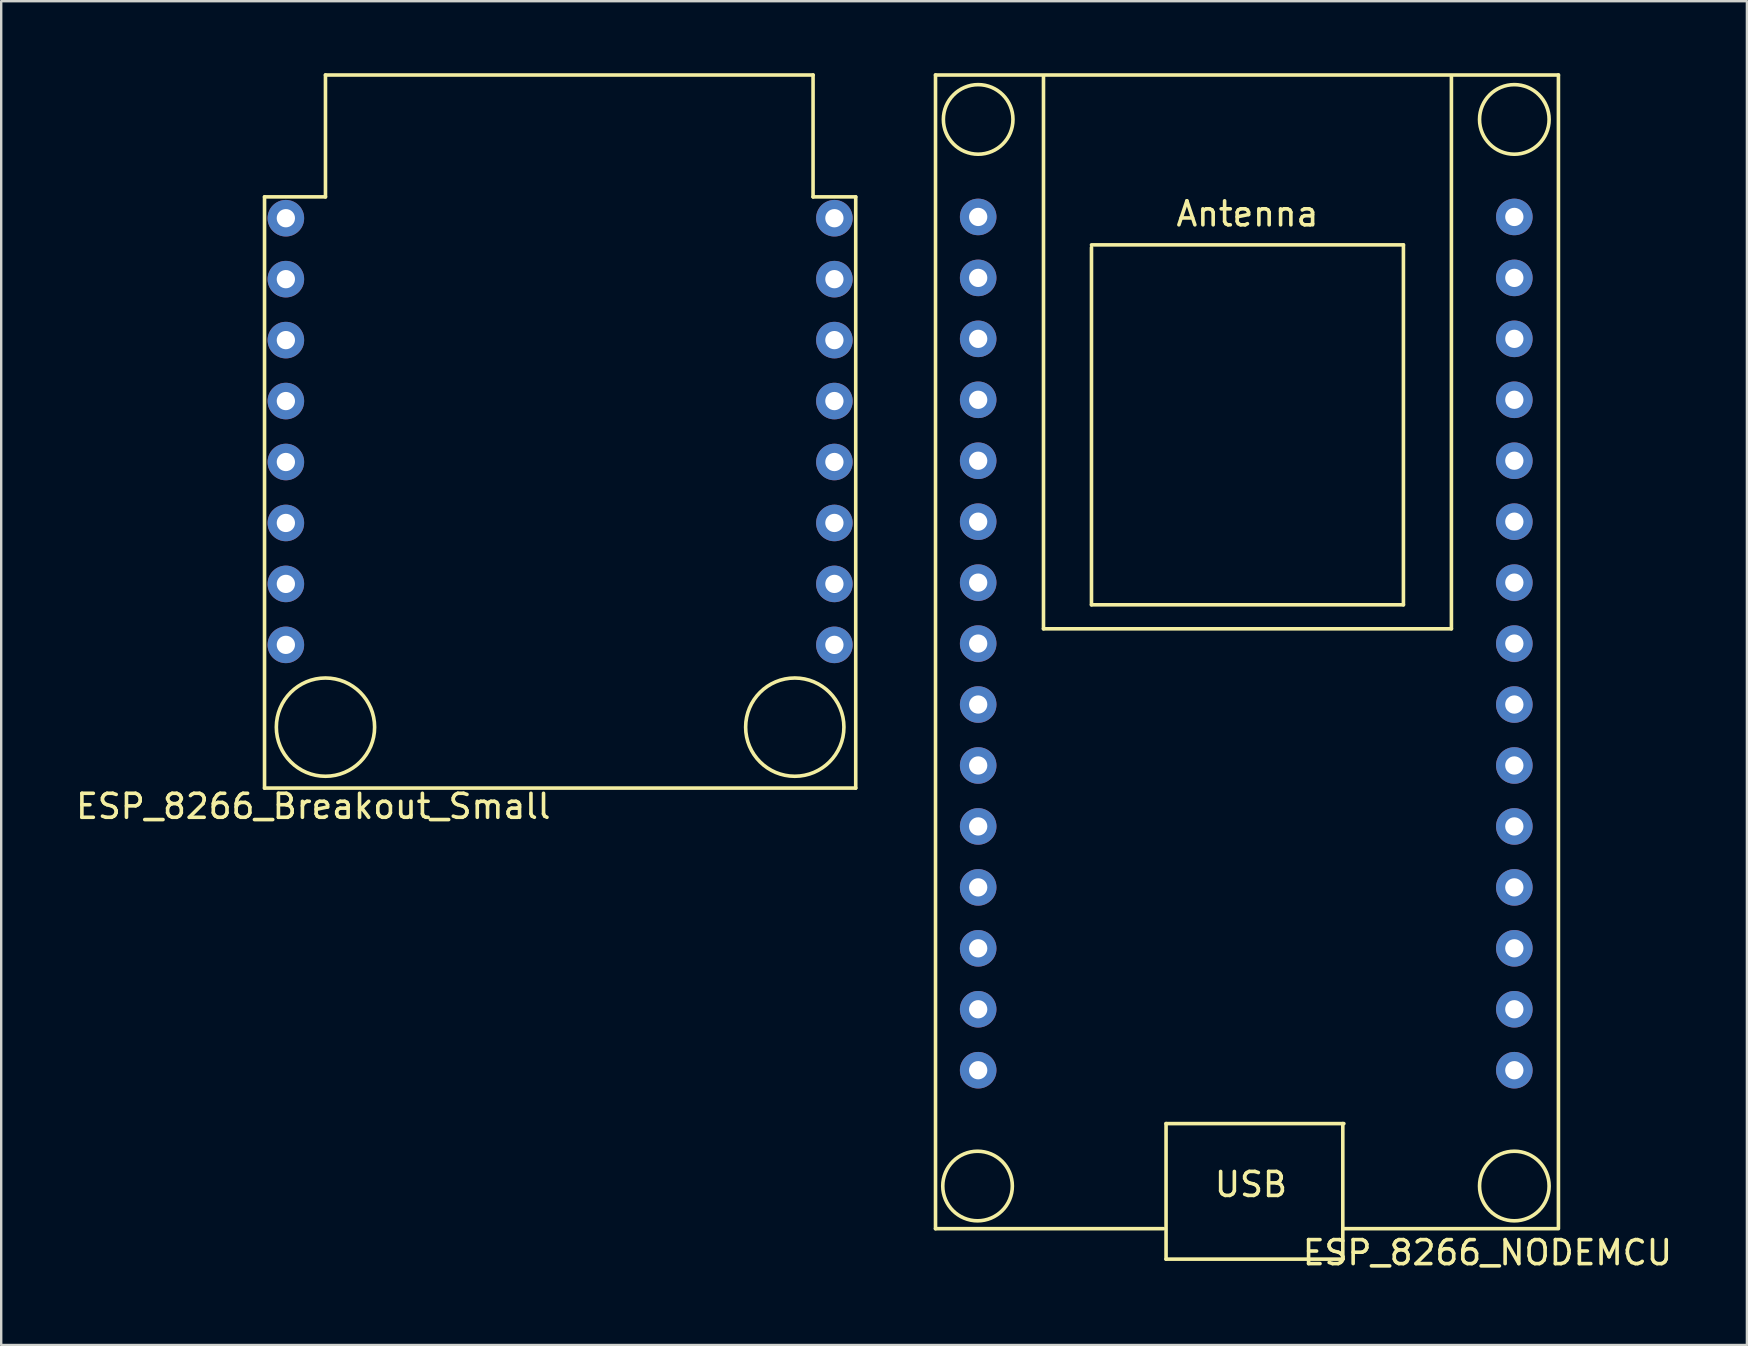
<source format=kicad_pcb>
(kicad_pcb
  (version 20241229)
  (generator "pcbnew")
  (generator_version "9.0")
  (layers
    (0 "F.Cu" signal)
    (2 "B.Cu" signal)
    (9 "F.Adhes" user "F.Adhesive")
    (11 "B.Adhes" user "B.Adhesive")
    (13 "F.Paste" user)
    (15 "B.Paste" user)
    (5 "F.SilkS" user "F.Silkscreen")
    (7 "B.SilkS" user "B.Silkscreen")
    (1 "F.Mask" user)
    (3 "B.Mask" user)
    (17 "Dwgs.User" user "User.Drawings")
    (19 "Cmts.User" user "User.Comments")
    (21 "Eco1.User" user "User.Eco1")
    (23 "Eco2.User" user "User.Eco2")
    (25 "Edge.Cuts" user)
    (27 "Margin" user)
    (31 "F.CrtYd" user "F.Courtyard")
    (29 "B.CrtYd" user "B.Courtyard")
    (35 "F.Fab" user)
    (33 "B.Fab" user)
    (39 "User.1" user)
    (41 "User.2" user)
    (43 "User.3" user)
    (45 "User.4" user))
  (footprint "ESP_8266_Breakout_Small"
    (layer "F.Cu")
    (at 7.974 5.155)
    (property "Reference" "ESP_8266_Breakout_Small" (at 2.032 25.4 0) (layer "F.SilkS") (effects (font (size 1 1) (thickness 0.15))))
    (attr through_hole)
    (fp_line (start 0 0) (end 2.54 0) (stroke (width 0.15) (type solid)) (layer "F.SilkS"))
    (fp_line (start 0 24.638) (end 0 0) (stroke (width 0.15) (type solid)) (layer "F.SilkS"))
    (fp_line (start 2.54 -5.08) (end 22.86 -5.08) (stroke (width 0.15) (type solid)) (layer "F.SilkS"))
    (fp_line (start 2.54 0) (end 2.54 -5.08) (stroke (width 0.15) (type solid)) (layer "F.SilkS"))
    (fp_line (start 22.86 -5.08) (end 22.86 0) (stroke (width 0.15) (type solid)) (layer "F.SilkS"))
    (fp_line (start 22.86 0) (end 24.638 0) (stroke (width 0.15) (type solid)) (layer "F.SilkS"))
    (fp_line (start 24.638 0) (end 24.638 24.638) (stroke (width 0.15) (type solid)) (layer "F.SilkS"))
    (fp_line (start 24.638 24.638) (end 0 24.638) (stroke (width 0.15) (type solid)) (layer "F.SilkS"))
    (fp_circle (center 2.54 22.098) (end 1.524 23.876) (stroke (width 0.15) (type solid)) (fill no) (layer "F.SilkS"))
    (fp_circle (center 22.098 22.098) (end 21.082 23.876) (stroke (width 0.15) (type solid)) (fill no) (layer "F.SilkS"))
    (pad "1" thru_hole circle (at 0.889 0.889) (size 1.524 1.524) (drill 0.762) (layers "*.Cu" "*.Mask"))
    (pad "2" thru_hole circle (at 0.889 3.429) (size 1.524 1.524) (drill 0.762) (layers "*.Cu" "*.Mask"))
    (pad "3" thru_hole circle (at 0.889 5.969) (size 1.524 1.524) (drill 0.762) (layers "*.Cu" "*.Mask"))
    (pad "4" thru_hole circle (at 0.889 8.509) (size 1.524 1.524) (drill 0.762) (layers "*.Cu" "*.Mask"))
    (pad "5" thru_hole circle (at 0.889 11.049) (size 1.524 1.524) (drill 0.762) (layers "*.Cu" "*.Mask"))
    (pad "6" thru_hole circle (at 0.889 13.589) (size 1.524 1.524) (drill 0.762) (layers "*.Cu" "*.Mask"))
    (pad "7" thru_hole circle (at 0.889 16.129) (size 1.524 1.524) (drill 0.762) (layers "*.Cu" "*.Mask"))
    (pad "8" thru_hole circle (at 0.889 18.669) (size 1.524 1.524) (drill 0.762) (layers "*.Cu" "*.Mask"))
    (pad "9" thru_hole circle (at 23.749 0.889) (size 1.524 1.524) (drill 0.762) (layers "*.Cu" "*.Mask"))
    (pad "10" thru_hole circle (at 23.749 3.429) (size 1.524 1.524) (drill 0.762) (layers "*.Cu" "*.Mask"))
    (pad "11" thru_hole circle (at 23.749 5.969) (size 1.524 1.524) (drill 0.762) (layers "*.Cu" "*.Mask"))
    (pad "12" thru_hole circle (at 23.749 8.509) (size 1.524 1.524) (drill 0.762) (layers "*.Cu" "*.Mask"))
    (pad "13" thru_hole circle (at 23.749 11.049) (size 1.524 1.524) (drill 0.762) (layers "*.Cu" "*.Mask"))
    (pad "14" thru_hole circle (at 23.749 13.589) (size 1.524 1.524) (drill 0.762) (layers "*.Cu" "*.Mask"))
    (pad "15" thru_hole circle (at 23.749 16.129) (size 1.524 1.524) (drill 0.762) (layers "*.Cu" "*.Mask"))
    (pad "16" thru_hole circle (at 23.749 18.669) (size 1.524 1.524) (drill 0.762) (layers "*.Cu" "*.Mask")))
  (footprint "ESP_8266_NODEMCU"
    (layer "F.Cu")
    (at 35.937 48.155)
    (property "Reference" "ESP_8266_NODEMCU" (at 23 1 0) (layer "F.SilkS") (effects (font (size 1 1) (thickness 0.15))))
    (attr through_hole)
    (fp_line (start 0 -48.08) (end 0 0) (stroke (width 0.15) (type solid)) (layer "F.SilkS"))
    (fp_line (start 0 0) (end 9.5 0) (stroke (width 0.15) (type solid)) (layer "F.SilkS"))
    (fp_line (start 4.5 -25) (end 4.5 -48.006) (stroke (width 0.15) (type solid)) (layer "F.SilkS"))
    (fp_line (start 4.5 -25) (end 21.5 -25) (stroke (width 0.15) (type solid)) (layer "F.SilkS"))
    (fp_line (start 6.5 -41) (end 19.5 -41) (stroke (width 0.15) (type solid)) (layer "F.SilkS"))
    (fp_line (start 6.5 -26) (end 6.5 -40.894) (stroke (width 0.15) (type solid)) (layer "F.SilkS"))
    (fp_line (start 6.5 -26) (end 19.5 -26) (stroke (width 0.15) (type solid)) (layer "F.SilkS"))
    (fp_line (start 9.608 -4.38) (end 9.608 1.27) (stroke (width 0.15) (type solid)) (layer "F.SilkS"))
    (fp_line (start 9.608 -4.38) (end 17.018 -4.38) (stroke (width 0.15) (type solid)) (layer "F.SilkS"))
    (fp_line (start 9.608 1.27) (end 16.974 1.27) (stroke (width 0.15) (type solid)) (layer "F.SilkS"))
    (fp_line (start 16.974 -4.38) (end 16.974 1.27) (stroke (width 0.15) (type solid)) (layer "F.SilkS"))
    (fp_line (start 17 0) (end 25.9 0) (stroke (width 0.15) (type solid)) (layer "F.SilkS"))
    (fp_line (start 19.5 -41) (end 19.5 -26) (stroke (width 0.15) (type solid)) (layer "F.SilkS"))
    (fp_line (start 21.5 -48) (end 21.5 -25) (stroke (width 0.15) (type solid)) (layer "F.SilkS"))
    (fp_line (start 25.96 -48.08) (end 0 -48.08) (stroke (width 0.15) (type solid)) (layer "F.SilkS"))
    (fp_line (start 25.96 -48.08) (end 25.96 0) (stroke (width 0.15) (type solid)) (layer "F.SilkS"))
    (fp_circle (center 1.752 -1.778) (end 3.202 -1.778) (stroke (width 0.15) (type solid)) (fill no) (layer "F.SilkS"))
    (fp_circle (center 1.778 -46.228) (end 3.228 -46.228) (stroke (width 0.15) (type solid)) (fill no) (layer "F.SilkS"))
    (fp_circle (center 24.122 -46.228) (end 25.572 -46.228) (stroke (width 0.15) (type solid)) (fill no) (layer "F.SilkS"))
    (fp_circle (center 24.122 -1.778) (end 25.572 -1.778) (stroke (width 0.15) (type solid)) (fill no) (layer "F.SilkS"))
    (fp_text user "Antenna" (at 13 -42.291 0) (layer "F.SilkS") (effects (font (size 1 1) (thickness 0.15))))
    (fp_text user "USB" (at 13.145 -1.841 0) (layer "F.SilkS") (effects (font (size 1 1) (thickness 0.15))))
    (pad "1" thru_hole circle (at 1.778 -42.164) (size 1.524 1.524) (drill 0.762) (layers "*.Cu" "*.Mask"))
    (pad "2" thru_hole circle (at 1.778 -39.624) (size 1.524 1.524) (drill 0.762) (layers "*.Cu" "*.Mask"))
    (pad "3" thru_hole circle (at 1.778 -37.084) (size 1.524 1.524) (drill 0.762) (layers "*.Cu" "*.Mask"))
    (pad "4" thru_hole circle (at 1.778 -34.544) (size 1.524 1.524) (drill 0.762) (layers "*.Cu" "*.Mask"))
    (pad "5" thru_hole circle (at 1.778 -32.004) (size 1.524 1.524) (drill 0.762) (layers "*.Cu" "*.Mask"))
    (pad "6" thru_hole circle (at 1.778 -29.464) (size 1.524 1.524) (drill 0.762) (layers "*.Cu" "*.Mask"))
    (pad "7" thru_hole circle (at 1.778 -26.924) (size 1.524 1.524) (drill 0.762) (layers "*.Cu" "*.Mask"))
    (pad "8" thru_hole circle (at 1.778 -24.384) (size 1.524 1.524) (drill 0.762) (layers "*.Cu" "*.Mask"))
    (pad "9" thru_hole circle (at 1.778 -21.844) (size 1.524 1.524) (drill 0.762) (layers "*.Cu" "*.Mask"))
    (pad "10" thru_hole circle (at 1.778 -19.304) (size 1.524 1.524) (drill 0.762) (layers "*.Cu" "*.Mask"))
    (pad "11" thru_hole circle (at 1.778 -16.764) (size 1.524 1.524) (drill 0.762) (layers "*.Cu" "*.Mask"))
    (pad "12" thru_hole circle (at 1.778 -14.224) (size 1.524 1.524) (drill 0.762) (layers "*.Cu" "*.Mask"))
    (pad "13" thru_hole circle (at 1.778 -11.684) (size 1.524 1.524) (drill 0.762) (layers "*.Cu" "*.Mask"))
    (pad "14" thru_hole circle (at 1.778 -9.144) (size 1.524 1.524) (drill 0.762) (layers "*.Cu" "*.Mask"))
    (pad "15" thru_hole circle (at 1.778 -6.604) (size 1.524 1.524) (drill 0.762) (layers "*.Cu" "*.Mask"))
    (pad "16" thru_hole circle (at 24.122 -6.604) (size 1.524 1.524) (drill 0.762) (layers "*.Cu" "*.Mask"))
    (pad "17" thru_hole circle (at 24.122 -9.144) (size 1.524 1.524) (drill 0.762) (layers "*.Cu" "*.Mask"))
    (pad "18" thru_hole circle (at 24.122 -11.684) (size 1.524 1.524) (drill 0.762) (layers "*.Cu" "*.Mask"))
    (pad "19" thru_hole circle (at 24.122 -14.224) (size 1.524 1.524) (drill 0.762) (layers "*.Cu" "*.Mask"))
    (pad "20" thru_hole circle (at 24.122 -16.764) (size 1.524 1.524) (drill 0.762) (layers "*.Cu" "*.Mask"))
    (pad "21" thru_hole circle (at 24.122 -19.304) (size 1.524 1.524) (drill 0.762) (layers "*.Cu" "*.Mask"))
    (pad "22" thru_hole circle (at 24.122 -21.844) (size 1.524 1.524) (drill 0.762) (layers "*.Cu" "*.Mask"))
    (pad "23" thru_hole circle (at 24.122 -24.384) (size 1.524 1.524) (drill 0.762) (layers "*.Cu" "*.Mask"))
    (pad "24" thru_hole circle (at 24.122 -26.924) (size 1.524 1.524) (drill 0.762) (layers "*.Cu" "*.Mask"))
    (pad "25" thru_hole circle (at 24.122 -29.464) (size 1.524 1.524) (drill 0.762) (layers "*.Cu" "*.Mask"))
    (pad "26" thru_hole circle (at 24.122 -32.004) (size 1.524 1.524) (drill 0.762) (layers "*.Cu" "*.Mask"))
    (pad "27" thru_hole circle (at 24.122 -34.544) (size 1.524 1.524) (drill 0.762) (layers "*.Cu" "*.Mask"))
    (pad "28" thru_hole circle (at 24.122 -37.084) (size 1.524 1.524) (drill 0.762) (layers "*.Cu" "*.Mask"))
    (pad "29" thru_hole circle (at 24.122 -39.624) (size 1.524 1.524) (drill 0.762) (layers "*.Cu" "*.Mask"))
    (pad "30" thru_hole circle (at 24.122 -42.164) (size 1.524 1.524) (drill 0.762) (layers "*.Cu" "*.Mask")))
  (gr_rect
    (start -3 -3)
    (end 69.752 53.003)
    (stroke (width 0.1) (type default))
    (fill no)
    (layer "Edge.Cuts")))
</source>
